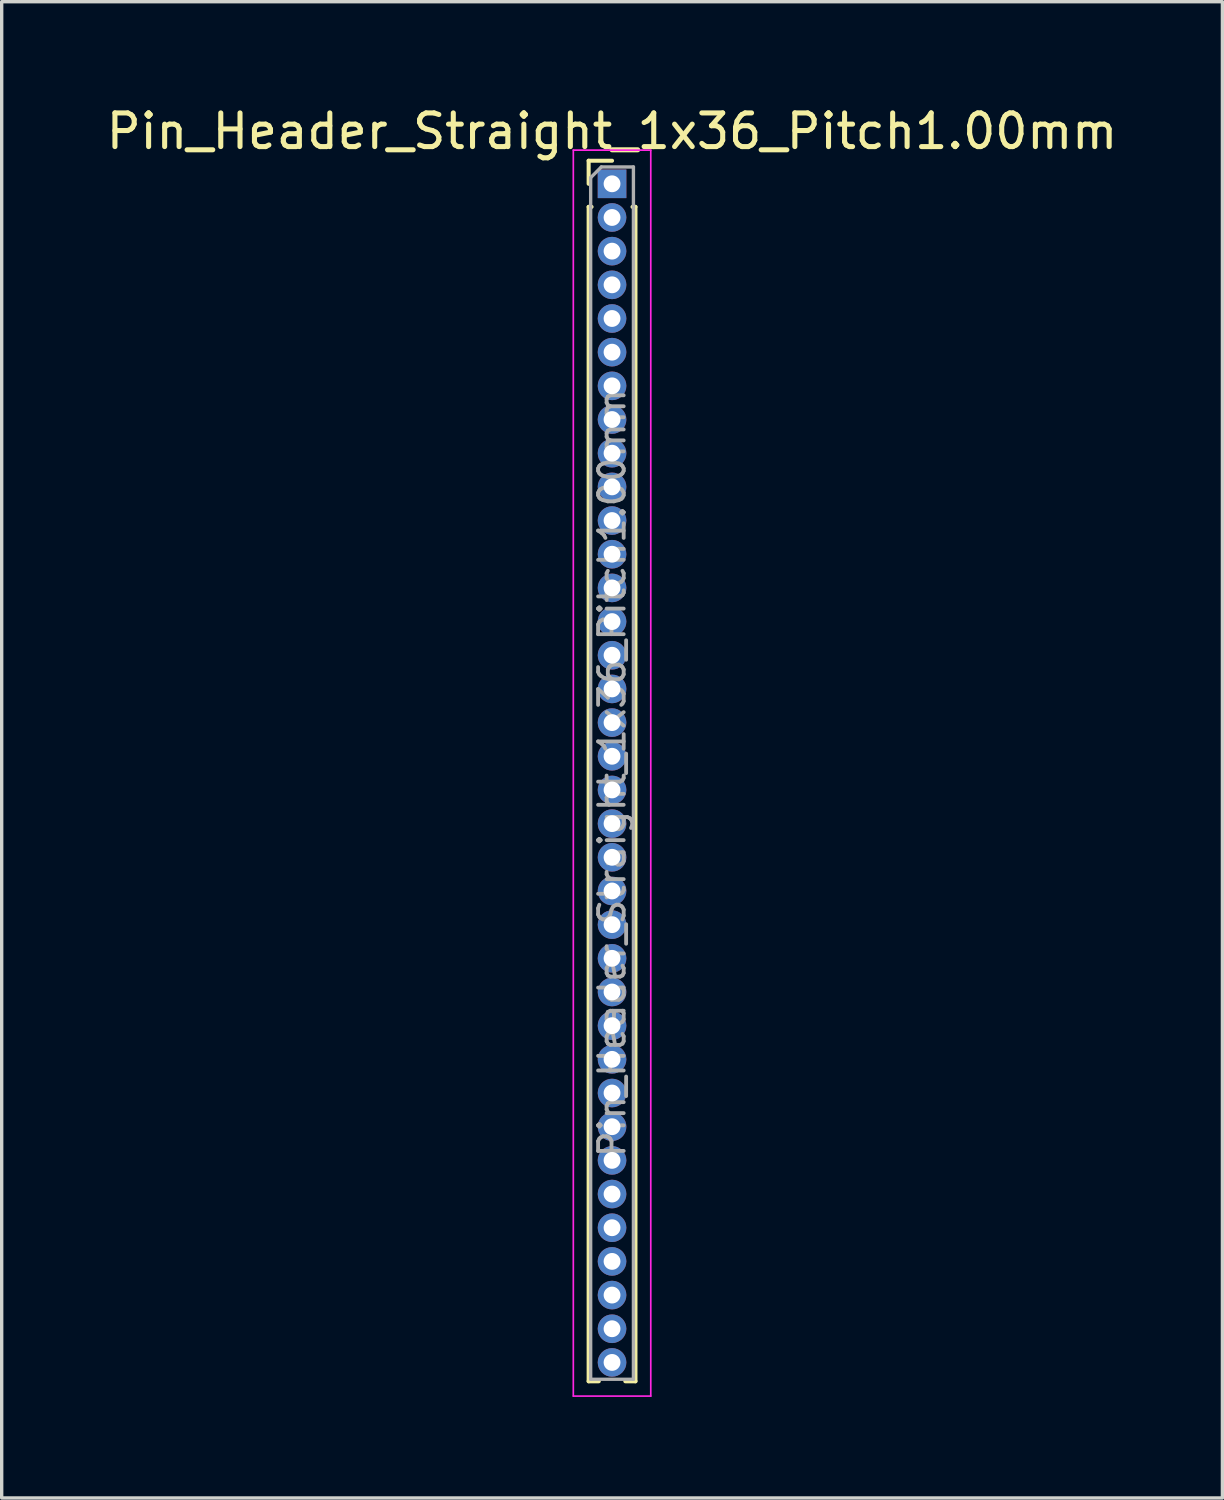
<source format=kicad_pcb>
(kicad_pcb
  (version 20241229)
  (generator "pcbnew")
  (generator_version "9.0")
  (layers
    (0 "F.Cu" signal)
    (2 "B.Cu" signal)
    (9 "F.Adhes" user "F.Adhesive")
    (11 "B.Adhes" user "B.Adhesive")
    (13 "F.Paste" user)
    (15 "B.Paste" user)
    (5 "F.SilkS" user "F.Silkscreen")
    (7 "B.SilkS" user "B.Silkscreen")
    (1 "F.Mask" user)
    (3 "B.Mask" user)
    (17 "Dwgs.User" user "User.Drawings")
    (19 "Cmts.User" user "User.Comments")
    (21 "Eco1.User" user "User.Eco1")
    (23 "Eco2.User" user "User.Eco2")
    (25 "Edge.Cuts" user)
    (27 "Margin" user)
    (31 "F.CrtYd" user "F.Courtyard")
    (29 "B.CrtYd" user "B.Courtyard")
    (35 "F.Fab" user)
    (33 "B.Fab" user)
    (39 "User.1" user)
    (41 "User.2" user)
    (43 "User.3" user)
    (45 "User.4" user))
  (footprint "Pin_Header_Straight_1x36_Pitch1.00mm"
    (layer "F.Cu")
    (at 15.125 2.408)
    (property "Reference" "Pin_Header_Straight_1x36_Pitch1.00mm" (at 0 -1.56 0) (layer "F.SilkS") (effects (font (size 1 1) (thickness 0.15))))
    (attr through_hole)
    (fp_line (start -0.695 -0.685) (end 0 -0.685) (stroke (width 0.12) (type solid)) (layer "F.SilkS"))
    (fp_line (start -0.695 0) (end -0.695 -0.685) (stroke (width 0.12) (type solid)) (layer "F.SilkS"))
    (fp_line (start -0.695 0.685) (end -0.695 35.56) (stroke (width 0.12) (type solid)) (layer "F.SilkS"))
    (fp_line (start -0.695 0.685) (end -0.608 0.685) (stroke (width 0.12) (type solid)) (layer "F.SilkS"))
    (fp_line (start -0.695 35.56) (end -0.394 35.56) (stroke (width 0.12) (type solid)) (layer "F.SilkS"))
    (fp_line (start 0.394 35.56) (end 0.695 35.56) (stroke (width 0.12) (type solid)) (layer "F.SilkS"))
    (fp_line (start 0.608 0.685) (end 0.695 0.685) (stroke (width 0.12) (type solid)) (layer "F.SilkS"))
    (fp_line (start 0.695 0.685) (end 0.695 35.56) (stroke (width 0.12) (type solid)) (layer "F.SilkS"))
    (fp_line (start -1.15 -1) (end -1.15 36) (stroke (width 0.05) (type solid)) (layer "F.CrtYd"))
    (fp_line (start -1.15 36) (end 1.15 36) (stroke (width 0.05) (type solid)) (layer "F.CrtYd"))
    (fp_line (start 1.15 -1) (end -1.15 -1) (stroke (width 0.05) (type solid)) (layer "F.CrtYd"))
    (fp_line (start 1.15 36) (end 1.15 -1) (stroke (width 0.05) (type solid)) (layer "F.CrtYd"))
    (fp_line (start -0.635 -0.182) (end -0.318 -0.5) (stroke (width 0.1) (type solid)) (layer "F.Fab"))
    (fp_line (start -0.635 35.5) (end -0.635 -0.182) (stroke (width 0.1) (type solid)) (layer "F.Fab"))
    (fp_line (start -0.318 -0.5) (end 0.635 -0.5) (stroke (width 0.1) (type solid)) (layer "F.Fab"))
    (fp_line (start 0.635 -0.5) (end 0.635 35.5) (stroke (width 0.1) (type solid)) (layer "F.Fab"))
    (fp_line (start 0.635 35.5) (end -0.635 35.5) (stroke (width 0.1) (type solid)) (layer "F.Fab"))
    (fp_text user "${REFERENCE}" (at 0 17.5 90) (layer "F.Fab") (effects (font (size 0.76 0.76) (thickness 0.114))))
    (pad "1" thru_hole rect (at 0 0) (size 0.85 0.85) (drill 0.5) (layers "*.Cu" "*.Mask"))
    (pad "2" thru_hole oval (at 0 1) (size 0.85 0.85) (drill 0.5) (layers "*.Cu" "*.Mask"))
    (pad "3" thru_hole oval (at 0 2) (size 0.85 0.85) (drill 0.5) (layers "*.Cu" "*.Mask"))
    (pad "4" thru_hole oval (at 0 3) (size 0.85 0.85) (drill 0.5) (layers "*.Cu" "*.Mask"))
    (pad "5" thru_hole oval (at 0 4) (size 0.85 0.85) (drill 0.5) (layers "*.Cu" "*.Mask"))
    (pad "6" thru_hole oval (at 0 5) (size 0.85 0.85) (drill 0.5) (layers "*.Cu" "*.Mask"))
    (pad "7" thru_hole oval (at 0 6) (size 0.85 0.85) (drill 0.5) (layers "*.Cu" "*.Mask"))
    (pad "8" thru_hole oval (at 0 7) (size 0.85 0.85) (drill 0.5) (layers "*.Cu" "*.Mask"))
    (pad "9" thru_hole oval (at 0 8) (size 0.85 0.85) (drill 0.5) (layers "*.Cu" "*.Mask"))
    (pad "10" thru_hole oval (at 0 9) (size 0.85 0.85) (drill 0.5) (layers "*.Cu" "*.Mask"))
    (pad "11" thru_hole oval (at 0 10) (size 0.85 0.85) (drill 0.5) (layers "*.Cu" "*.Mask"))
    (pad "12" thru_hole oval (at 0 11) (size 0.85 0.85) (drill 0.5) (layers "*.Cu" "*.Mask"))
    (pad "13" thru_hole oval (at 0 12) (size 0.85 0.85) (drill 0.5) (layers "*.Cu" "*.Mask"))
    (pad "14" thru_hole oval (at 0 13) (size 0.85 0.85) (drill 0.5) (layers "*.Cu" "*.Mask"))
    (pad "15" thru_hole oval (at 0 14) (size 0.85 0.85) (drill 0.5) (layers "*.Cu" "*.Mask"))
    (pad "16" thru_hole oval (at 0 15) (size 0.85 0.85) (drill 0.5) (layers "*.Cu" "*.Mask"))
    (pad "17" thru_hole oval (at 0 16) (size 0.85 0.85) (drill 0.5) (layers "*.Cu" "*.Mask"))
    (pad "18" thru_hole oval (at 0 17) (size 0.85 0.85) (drill 0.5) (layers "*.Cu" "*.Mask"))
    (pad "19" thru_hole oval (at 0 18) (size 0.85 0.85) (drill 0.5) (layers "*.Cu" "*.Mask"))
    (pad "20" thru_hole oval (at 0 19) (size 0.85 0.85) (drill 0.5) (layers "*.Cu" "*.Mask"))
    (pad "21" thru_hole oval (at 0 20) (size 0.85 0.85) (drill 0.5) (layers "*.Cu" "*.Mask"))
    (pad "22" thru_hole oval (at 0 21) (size 0.85 0.85) (drill 0.5) (layers "*.Cu" "*.Mask"))
    (pad "23" thru_hole oval (at 0 22) (size 0.85 0.85) (drill 0.5) (layers "*.Cu" "*.Mask"))
    (pad "24" thru_hole oval (at 0 23) (size 0.85 0.85) (drill 0.5) (layers "*.Cu" "*.Mask"))
    (pad "25" thru_hole oval (at 0 24) (size 0.85 0.85) (drill 0.5) (layers "*.Cu" "*.Mask"))
    (pad "26" thru_hole oval (at 0 25) (size 0.85 0.85) (drill 0.5) (layers "*.Cu" "*.Mask"))
    (pad "27" thru_hole oval (at 0 26) (size 0.85 0.85) (drill 0.5) (layers "*.Cu" "*.Mask"))
    (pad "28" thru_hole oval (at 0 27) (size 0.85 0.85) (drill 0.5) (layers "*.Cu" "*.Mask"))
    (pad "29" thru_hole oval (at 0 28) (size 0.85 0.85) (drill 0.5) (layers "*.Cu" "*.Mask"))
    (pad "30" thru_hole oval (at 0 29) (size 0.85 0.85) (drill 0.5) (layers "*.Cu" "*.Mask"))
    (pad "31" thru_hole oval (at 0 30) (size 0.85 0.85) (drill 0.5) (layers "*.Cu" "*.Mask"))
    (pad "32" thru_hole oval (at 0 31) (size 0.85 0.85) (drill 0.5) (layers "*.Cu" "*.Mask"))
    (pad "33" thru_hole oval (at 0 32) (size 0.85 0.85) (drill 0.5) (layers "*.Cu" "*.Mask"))
    (pad "34" thru_hole oval (at 0 33) (size 0.85 0.85) (drill 0.5) (layers "*.Cu" "*.Mask"))
    (pad "35" thru_hole oval (at 0 34) (size 0.85 0.85) (drill 0.5) (layers "*.Cu" "*.Mask"))
    (pad "36" thru_hole oval (at 0 35) (size 0.85 0.85) (drill 0.5) (layers "*.Cu" "*.Mask")))
  (gr_rect
    (start -3 -3)
    (end 33.25 41.433)
    (stroke (width 0.1) (type default))
    (fill no)
    (layer "Edge.Cuts")))
</source>
